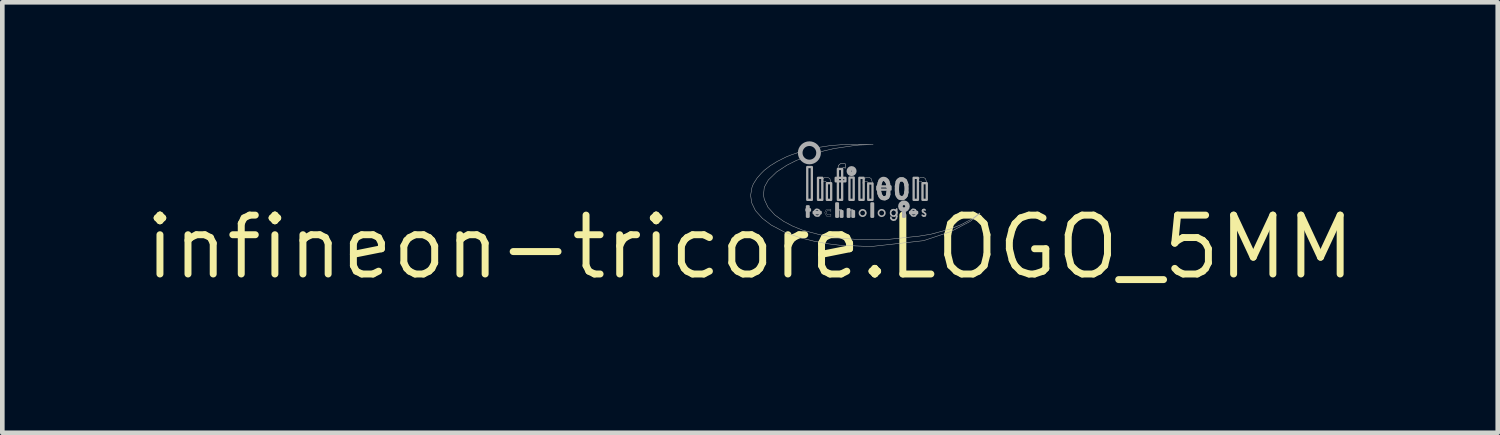
<source format=kicad_pcb>
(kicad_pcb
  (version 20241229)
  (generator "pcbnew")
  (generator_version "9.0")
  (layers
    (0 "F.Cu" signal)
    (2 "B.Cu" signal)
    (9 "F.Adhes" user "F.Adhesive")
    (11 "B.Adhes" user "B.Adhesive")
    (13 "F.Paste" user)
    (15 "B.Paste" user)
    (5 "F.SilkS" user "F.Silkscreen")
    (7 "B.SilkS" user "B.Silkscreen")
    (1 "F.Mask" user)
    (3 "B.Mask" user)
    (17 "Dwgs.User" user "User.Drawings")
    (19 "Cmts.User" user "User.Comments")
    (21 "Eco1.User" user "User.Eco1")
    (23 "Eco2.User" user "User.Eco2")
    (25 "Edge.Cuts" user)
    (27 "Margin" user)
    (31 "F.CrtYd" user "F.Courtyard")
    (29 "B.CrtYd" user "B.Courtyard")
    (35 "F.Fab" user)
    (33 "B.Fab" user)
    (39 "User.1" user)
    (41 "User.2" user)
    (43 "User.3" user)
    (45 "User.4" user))
  (footprint "infineon-tricore.LOGO_5MM"
    (layer "F.Cu")
    (at 13.131 2.281)
    (property "Reference" "infineon-tricore.LOGO_5MM" (at 0 0 0) (layer "F.SilkS") (effects (font (size 1.27 1.27) (thickness 0.15))))
    (fp_line (start 1.506 -0.753) (end 1.506 -0.759) (stroke (width 0.035) (type default)) (layer "F.Fab"))
    (fp_line (start 2.984 -1.292) (end 2.984 -1.315) (stroke (width 0.093) (type default)) (layer "F.Fab"))
    (fp_line (start 3.586 -0.753) (end 3.586 -0.759) (stroke (width 0.035) (type default)) (layer "F.Fab"))
    (fp_rect (start 1.217 -0.788) (end 1.292 -0.817) (stroke (width 0.05) (type default)) (fill no) (layer "F.Fab"))
    (fp_rect (start 1.228 -0.655) (end 1.263 -0.881) (stroke (width 0.05) (type default)) (fill no) (layer "F.Fab"))
    (fp_rect (start 1.234 -1.02) (end 1.333 -1.727) (stroke (width 0.05) (type default)) (fill no) (layer "F.Fab"))
    (fp_rect (start 1.373 -0.73) (end 1.524 -0.759) (stroke (width 0.05) (type default)) (fill no) (layer "F.Fab"))
    (fp_rect (start 1.466 -1.02) (end 1.559 -1.495) (stroke (width 0.05) (type default)) (fill no) (layer "F.Fab"))
    (fp_rect (start 1.657 -1.02) (end 1.75 -1.379) (stroke (width 0.05) (type default)) (fill no) (layer "F.Fab"))
    (fp_rect (start 1.848 -1.419) (end 2.057 -1.495) (stroke (width 0.05) (type default)) (fill no) (layer "F.Fab"))
    (fp_rect (start 1.86 -0.655) (end 1.895 -0.944) (stroke (width 0.05) (type default)) (fill no) (layer "F.Fab"))
    (fp_rect (start 1.895 -1.02) (end 1.987 -1.686) (stroke (width 0.05) (type default)) (fill no) (layer "F.Fab"))
    (fp_rect (start 1.958 -0.655) (end 1.993 -0.776) (stroke (width 0.05) (type default)) (fill no) (layer "F.Fab"))
    (fp_rect (start 2.109 -0.655) (end 2.144 -0.817) (stroke (width 0.05) (type default)) (fill no) (layer "F.Fab"))
    (fp_rect (start 2.144 -1.02) (end 2.236 -1.501) (stroke (width 0.05) (type default)) (fill no) (layer "F.Fab"))
    (fp_rect (start 2.208 -0.655) (end 2.242 -0.776) (stroke (width 0.05) (type default)) (fill no) (layer "F.Fab"))
    (fp_rect (start 2.358 -1.02) (end 2.451 -1.495) (stroke (width 0.05) (type default)) (fill no) (layer "F.Fab"))
    (fp_rect (start 2.549 -1.02) (end 2.642 -1.373) (stroke (width 0.05) (type default)) (fill no) (layer "F.Fab"))
    (fp_rect (start 2.619 -0.655) (end 2.654 -0.944) (stroke (width 0.05) (type default)) (fill no) (layer "F.Fab"))
    (fp_rect (start 2.746 -1.24) (end 3.03 -1.309) (stroke (width 0.05) (type default)) (fill no) (layer "F.Fab"))
    (fp_rect (start 3.303 -0.655) (end 3.337 -0.823) (stroke (width 0.05) (type default)) (fill no) (layer "F.Fab"))
    (fp_rect (start 3.453 -0.73) (end 3.604 -0.759) (stroke (width 0.05) (type default)) (fill no) (layer "F.Fab"))
    (fp_rect (start 3.529 -1.02) (end 3.621 -1.495) (stroke (width 0.05) (type default)) (fill no) (layer "F.Fab"))
    (fp_rect (start 3.72 -1.02) (end 3.812 -1.379) (stroke (width 0.05) (type default)) (fill no) (layer "F.Fab"))
    (fp_arc (start 1.3848 -0.759) (mid 1.398115 -0.79048) (end 1.4253 -0.8112) (stroke (width 0.0346) (type default)) (layer "F.Fab"))
    (fp_arc (start 1.3848 -0.73) (mid 1.38477 -0.7445) (end 1.3848 -0.759) (stroke (width 0.0346) (type default)) (layer "F.Fab"))
    (fp_arc (start 1.4079 -0.6837) (mid 1.391657 -0.704509) (end 1.3848 -0.73) (stroke (width 0.0346) (type default)) (layer "F.Fab"))
    (fp_arc (start 1.4253 -0.8112) (mid 1.452118 -0.814759) (end 1.4775 -0.8054) (stroke (width 0.0346) (type default)) (layer "F.Fab"))
    (fp_arc (start 1.4775 -0.8054) (mid 1.496751 -0.785191) (end 1.5064 -0.759) (stroke (width 0.0346) (type default)) (layer "F.Fab"))
    (fp_arc (start 1.4833 -0.6779) (mid 1.444696 -0.669049) (end 1.4079 -0.6837) (stroke (width 0.0346) (type default)) (layer "F.Fab"))
    (fp_arc (start 1.5064 -0.7069) (mid 1.496317 -0.691232) (end 1.4833 -0.6779) (stroke (width 0.0346) (type default)) (layer "F.Fab"))
    (fp_arc (start 2.7869 -1.3326) (mid 2.791908 -1.358876) (end 2.7985 -1.3848) (stroke (width 0.0926) (type default)) (layer "F.Fab"))
    (fp_arc (start 2.7927 -1.1588) (mid 2.781453 -1.245421) (end 2.7869 -1.3326) (stroke (width 0.0926) (type default)) (layer "F.Fab"))
    (fp_arc (start 2.7985 -1.3848) (mid 2.806268 -1.4083) (end 2.8159 -1.4311) (stroke (width 0.0926) (type default)) (layer "F.Fab"))
    (fp_arc (start 2.8159 -1.4311) (mid 2.865185 -1.470061) (end 2.926 -1.4543) (stroke (width 0.0926) (type default)) (layer "F.Fab"))
    (fp_arc (start 2.8159 -1.1009) (mid 2.802035 -1.128943) (end 2.7927 -1.1588) (stroke (width 0.0926) (type default)) (layer "F.Fab"))
    (fp_arc (start 2.8391 -1.0719) (mid 2.826496 -1.085597) (end 2.8159 -1.1009) (stroke (width 0.0926) (type default)) (layer "F.Fab"))
    (fp_arc (start 2.9086 -1.0545) (mid 2.871865 -1.055273) (end 2.8391 -1.0719) (stroke (width 0.0926) (type default)) (layer "F.Fab"))
    (fp_arc (start 2.926 -1.4543) (mid 2.937956 -1.443104) (end 2.9491 -1.4311) (stroke (width 0.0926) (type default)) (layer "F.Fab"))
    (fp_arc (start 2.9491 -1.4311) (mid 2.955442 -1.422761) (end 2.9607 -1.4137) (stroke (width 0.0926) (type default)) (layer "F.Fab"))
    (fp_arc (start 2.9593 -1.0805) (mid 2.936497 -1.062533) (end 2.9086 -1.0545) (stroke (width 0.0926) (type default)) (layer "F.Fab"))
    (fp_arc (start 2.9607 -1.4137) (mid 2.978027 -1.365799) (end 2.9839 -1.3152) (stroke (width 0.0926) (type default)) (layer "F.Fab"))
    (fp_arc (start 2.9811 -1.1381) (mid 2.974312 -1.107744) (end 2.9593 -1.0805) (stroke (width 0.0926) (type default)) (layer "F.Fab"))
    (fp_arc (start 2.9839 -1.1936) (mid 2.983489 -1.1658) (end 2.9811 -1.1381) (stroke (width 0.0926) (type default)) (layer "F.Fab"))
    (fp_arc (start 3.0419 -0.7764) (mid 3.051948 -0.789495) (end 3.065 -0.7996) (stroke (width 0.0346) (type default)) (layer "F.Fab"))
    (fp_arc (start 3.0419 -0.7011) (mid 3.031743 -0.73875) (end 3.0419 -0.7764) (stroke (width 0.0346) (type default)) (layer "F.Fab"))
    (fp_arc (start 3.0424 -0.6177) (mid 3.037822 -0.631162) (end 3.0363 -0.6453) (stroke (width 0.0346) (type default)) (layer "F.Fab"))
    (fp_arc (start 3.0592 -0.5968) (mid 3.049483 -0.606191) (end 3.0424 -0.6177) (stroke (width 0.0346) (type default)) (layer "F.Fab"))
    (fp_arc (start 3.065 -0.7996) (mid 3.0969 -0.80825) (end 3.1288 -0.7996) (stroke (width 0.0346) (type default)) (layer "F.Fab"))
    (fp_arc (start 3.065 -0.6779) (mid 3.051948 -0.688005) (end 3.0419 -0.7011) (stroke (width 0.0346) (type default)) (layer "F.Fab"))
    (fp_arc (start 3.09 -0.5834) (mid 3.073744 -0.588133) (end 3.0592 -0.5968) (stroke (width 0.0346) (type default)) (layer "F.Fab"))
    (fp_arc (start 3.1172 -0.6721) (mid 3.090482 -0.669442) (end 3.065 -0.6779) (stroke (width 0.0346) (type default)) (layer "F.Fab"))
    (fp_arc (start 3.1288 -0.7996) (mid 3.137629 -0.794067) (end 3.1461 -0.788) (stroke (width 0.0346) (type default)) (layer "F.Fab"))
    (fp_arc (start 3.1288 -0.591) (mid 3.110105 -0.583602) (end 3.09 -0.5834) (stroke (width 0.0346) (type default)) (layer "F.Fab"))
    (fp_arc (start 3.1461 -0.788) (mid 3.158825 -0.772612) (end 3.1635 -0.7532) (stroke (width 0.0346) (type default)) (layer "F.Fab"))
    (fp_arc (start 3.1519 -0.7011) (mid 3.137402 -0.683188) (end 3.1172 -0.6721) (stroke (width 0.0346) (type default)) (layer "F.Fab"))
    (fp_arc (start 3.1577 -0.6258) (mid 3.146507 -0.605695) (end 3.1288 -0.591) (stroke (width 0.0346) (type default)) (layer "F.Fab"))
    (fp_arc (start 3.1635 -0.8227) (mid 3.163817 -0.77925) (end 3.1635 -0.7358) (stroke (width 0.0346) (type default)) (layer "F.Fab"))
    (fp_arc (start 3.1635 -0.7532) (mid 3.163704 -0.70685) (end 3.1635 -0.6605) (stroke (width 0.0346) (type default)) (layer "F.Fab"))
    (fp_arc (start 3.1635 -0.7358) (mid 3.159124 -0.717974) (end 3.1519 -0.7011) (stroke (width 0.0346) (type default)) (layer "F.Fab"))
    (fp_arc (start 3.1635 -0.6605) (mid 3.161953 -0.642924) (end 3.1577 -0.6258) (stroke (width 0.0346) (type default)) (layer "F.Fab"))
    (fp_arc (start 3.1693 -1.3152) (mid 3.175705 -1.361981) (end 3.1867 -1.4079) (stroke (width 0.0926) (type default)) (layer "F.Fab"))
    (fp_arc (start 3.1751 -1.153) (mid 3.167222 -1.233922) (end 3.1693 -1.3152) (stroke (width 0.0926) (type default)) (layer "F.Fab"))
    (fp_arc (start 3.1867 -1.4079) (mid 3.208243 -1.442215) (end 3.2446 -1.4601) (stroke (width 0.0926) (type default)) (layer "F.Fab"))
    (fp_arc (start 3.2215 -1.0719) (mid 3.189864 -1.104352) (end 3.1751 -1.1472) (stroke (width 0.0926) (type default)) (layer "F.Fab"))
    (fp_arc (start 3.2446 -1.4601) (mid 3.2678 -1.462226) (end 3.291 -1.4601) (stroke (width 0.0926) (type default)) (layer "F.Fab"))
    (fp_arc (start 3.291 -1.4601) (mid 3.320642 -1.448078) (end 3.3431 -1.4253) (stroke (width 0.0926) (type default)) (layer "F.Fab"))
    (fp_arc (start 3.2968 -1.0603) (mid 3.257896 -1.05796) (end 3.2215 -1.0719) (stroke (width 0.0926) (type default)) (layer "F.Fab"))
    (fp_arc (start 3.3431 -1.4253) (mid 3.362313 -1.386435) (end 3.3721 -1.3442) (stroke (width 0.0926) (type default)) (layer "F.Fab"))
    (fp_arc (start 3.3547 -1.1124) (mid 3.331857 -1.079563) (end 3.2968 -1.0603) (stroke (width 0.0926) (type default)) (layer "F.Fab"))
    (fp_arc (start 3.3721 -1.3442) (mid 3.376656 -1.2631) (end 3.3721 -1.182) (stroke (width 0.0926) (type default)) (layer "F.Fab"))
    (fp_arc (start 3.3721 -1.182) (mid 3.36571 -1.146623) (end 3.3547 -1.1124) (stroke (width 0.0926) (type default)) (layer "F.Fab"))
    (fp_arc (start 3.4648 -0.759) (mid 3.478115 -0.79048) (end 3.5053 -0.8112) (stroke (width 0.0346) (type default)) (layer "F.Fab"))
    (fp_arc (start 3.4648 -0.73) (mid 3.46477 -0.7445) (end 3.4648 -0.759) (stroke (width 0.0346) (type default)) (layer "F.Fab"))
    (fp_arc (start 3.4879 -0.6837) (mid 3.471657 -0.704509) (end 3.4648 -0.73) (stroke (width 0.0346) (type default)) (layer "F.Fab"))
    (fp_arc (start 3.5053 -0.8112) (mid 3.532118 -0.814759) (end 3.5575 -0.8054) (stroke (width 0.0346) (type default)) (layer "F.Fab"))
    (fp_arc (start 3.5575 -0.8054) (mid 3.576751 -0.785191) (end 3.5864 -0.759) (stroke (width 0.0346) (type default)) (layer "F.Fab"))
    (fp_arc (start 3.5633 -0.6779) (mid 3.524696 -0.669049) (end 3.4879 -0.6837) (stroke (width 0.0346) (type default)) (layer "F.Fab"))
    (fp_arc (start 3.5864 -0.7069) (mid 3.576317 -0.691232) (end 3.5633 -0.6779) (stroke (width 0.0346) (type default)) (layer "F.Fab"))
    (fp_arc (start 3.7197 -0.7822) (mid 3.723114 -0.794993) (end 3.7313 -0.8054) (stroke (width 0.0346) (type default)) (layer "F.Fab"))
    (fp_arc (start 3.7313 -0.8054) (mid 3.742226 -0.810997) (end 3.7545 -0.8112) (stroke (width 0.0346) (type default)) (layer "F.Fab"))
    (fp_arc (start 3.7313 -0.759) (mid 3.722419 -0.76906) (end 3.7197 -0.7822) (stroke (width 0.0346) (type default)) (layer "F.Fab"))
    (fp_arc (start 3.7371 -0.6721) (mid 3.72494 -0.67999) (end 3.714 -0.6895) (stroke (width 0.0346) (type default)) (layer "F.Fab"))
    (fp_arc (start 3.7545 -0.8112) (mid 3.766836 -0.806871) (end 3.7777 -0.7996) (stroke (width 0.0346) (type default)) (layer "F.Fab"))
    (fp_arc (start 3.7603 -0.7416) (mid 3.745588 -0.749947) (end 3.7313 -0.759) (stroke (width 0.0346) (type default)) (layer "F.Fab"))
    (fp_arc (start 3.7603 -0.7416) (mid 3.773592 -0.731749) (end 3.7835 -0.7185) (stroke (width 0.0346) (type default)) (layer "F.Fab"))
    (fp_arc (start 3.7777 -0.6779) (mid 3.75838 -0.668139) (end 3.7371 -0.6721) (stroke (width 0.0346) (type default)) (layer "F.Fab"))
    (fp_arc (start 3.7835 -0.7185) (mid 3.78732 -0.69724) (end 3.7777 -0.6779) (stroke (width 0.0346) (type default)) (layer "F.Fab"))
    (fp_circle (center 1.28 -2.034) (end 1.478 -2.034) (stroke (width 0.1) (type default)) (fill no) (layer "F.Fab"))
    (fp_circle (center 2.19 -1.64) (end 2.248 -1.64) (stroke (width 0.1) (type default)) (fill no) (layer "F.Fab"))
    (fp_circle (center 2.428 -0.736) (end 2.497 -0.736) (stroke (width 0.035) (type default)) (fill no) (layer "F.Fab"))
    (fp_circle (center 2.433 -0.736) (end 2.503 -0.736) (stroke (width 0.012) (type default)) (fill no) (layer "F.Fab"))
    (fp_circle (center 2.839 -0.736) (end 2.909 -0.736) (stroke (width 0.035) (type default)) (fill no) (layer "F.Fab"))
    (fp_circle (center 3.32 -0.881) (end 3.346 -0.881) (stroke (width 0.1) (type default)) (fill no) (layer "F.Fab"))
    (fp_poly (pts (xy 1.987 -0.759) (xy 1.987 -0.776) (xy 1.964 -0.817) (xy 1.9 -0.805) (xy 1.889 -0.782) (xy 1.889 -0.759) (xy 1.895 -0.776) (xy 1.935 -0.8) (xy 1.964 -0.765)) (stroke (width 0.012) (type default)) (fill no) (layer "F.Fab"))
    (fp_poly (pts (xy 2.236 -0.759) (xy 2.236 -0.776) (xy 2.213 -0.817) (xy 2.15 -0.805) (xy 2.138 -0.782) (xy 2.138 -0.759) (xy 2.144 -0.776) (xy 2.184 -0.8) (xy 2.213 -0.765)) (stroke (width 0.012) (type default)) (fill no) (layer "F.Fab"))
    (fp_poly (pts (xy 1.501 -2.045) (xy 1.588 -2.074) (xy 1.808 -2.126) (xy 2.202 -2.184) (xy 2.352 -2.202) (xy 2.654 -2.213) (xy 2.457 -2.213) (xy 1.958 -2.208) (xy 1.732 -2.19) (xy 1.472 -2.15)) (stroke (width 0.01) (type default)) (fill no) (layer "F.Fab"))
    (fp_poly (pts (xy 1.982 -1.68) (xy 1.982 -1.686) (xy 2.005 -1.715) (xy 2.028 -1.715) (xy 2.057 -1.703) (xy 2.057 -1.796) (xy 2.039 -1.802) (xy 1.953 -1.802) (xy 1.906 -1.761) (xy 1.9 -1.721) (xy 1.9 -1.68)) (stroke (width 0.012) (type default)) (fill no) (layer "F.Fab"))
    (fp_poly (pts (xy 1.744 -1.373) (xy 1.744 -1.402) (xy 1.721 -1.478) (xy 1.674 -1.506) (xy 1.605 -1.501) (xy 1.559 -1.46) (xy 1.541 -1.379) (xy 1.553 -1.379) (xy 1.576 -1.419) (xy 1.628 -1.419) (xy 1.651 -1.396) (xy 1.663 -1.367)) (stroke (width 0.01) (type default)) (fill no) (layer "F.Fab"))
    (fp_poly (pts (xy 2.636 -1.373) (xy 2.636 -1.402) (xy 2.613 -1.478) (xy 2.567 -1.506) (xy 2.497 -1.501) (xy 2.451 -1.46) (xy 2.433 -1.379) (xy 2.445 -1.379) (xy 2.468 -1.419) (xy 2.52 -1.419) (xy 2.544 -1.396) (xy 2.555 -1.367)) (stroke (width 0.01) (type default)) (fill no) (layer "F.Fab"))
    (fp_poly (pts (xy 3.807 -1.373) (xy 3.807 -1.402) (xy 3.784 -1.478) (xy 3.737 -1.506) (xy 3.668 -1.501) (xy 3.621 -1.46) (xy 3.604 -1.379) (xy 3.615 -1.379) (xy 3.639 -1.419) (xy 3.691 -1.419) (xy 3.714 -1.396) (xy 3.725 -1.367)) (stroke (width 0.01) (type default)) (fill no) (layer "F.Fab"))
    (fp_poly (pts (xy 1.744 -0.771) (xy 1.744 -0.811) (xy 1.732 -0.817) (xy 1.64 -0.805) (xy 1.611 -0.742) (xy 1.651 -0.666) (xy 1.744 -0.666) (xy 1.744 -0.707) (xy 1.738 -0.701) (xy 1.669 -0.695) (xy 1.645 -0.73) (xy 1.645 -0.759) (xy 1.669 -0.788) (xy 1.709 -0.794)) (stroke (width 0.006) (type default)) (fill no) (layer "F.Fab"))
    (fp_poly (pts (xy 1.089 -1.906) (xy 1.049 -2.045) (xy 0.881 -1.987) (xy 0.782 -1.947) (xy 0.585 -1.848) (xy 0.435 -1.756) (xy 0.307 -1.657) (xy 0.238 -1.588) (xy 0.151 -1.489) (xy 0.07 -1.362) (xy 0.041 -1.286) (xy 0.012 -1.118) (xy 0.035 -0.956) (xy 0.116 -0.788) (xy 0.267 -0.62) (xy 0.458 -0.475) (xy 0.742 -0.325) (xy 1.078 -0.203) (xy 1.379 -0.128) (xy 1.651 -0.075) (xy 1.929 -0.041) (xy 2.607 -0.012) (xy 3.743 -0.139) (xy 4.334 -0.336) (xy 4.751 -0.556) (xy 4.96 -0.73) (xy 4.954 -0.736) (xy 4.815 -0.626) (xy 4.56 -0.487) (xy 4.311 -0.388) (xy 3.899 -0.278) (xy 3.656 -0.238) (xy 2.938 -0.162) (xy 2.364 -0.162) (xy 1.964 -0.191) (xy 1.506 -0.267) (xy 1.136 -0.365) (xy 0.921 -0.452) (xy 0.724 -0.556) (xy 0.533 -0.695) (xy 0.388 -0.858) (xy 0.307 -1.031) (xy 0.29 -1.124) (xy 0.307 -1.292) (xy 0.394 -1.448) (xy 0.574 -1.622) (xy 0.794 -1.767) (xy 1.002 -1.871)) (stroke (width 0.01) (type default)) (fill no) (layer "F.Fab")))
  (gr_rect
    (start -3 -3)
    (end 29.261 6.287)
    (stroke (width 0.1) (type default))
    (fill no)
    (layer "Edge.Cuts")))
</source>
